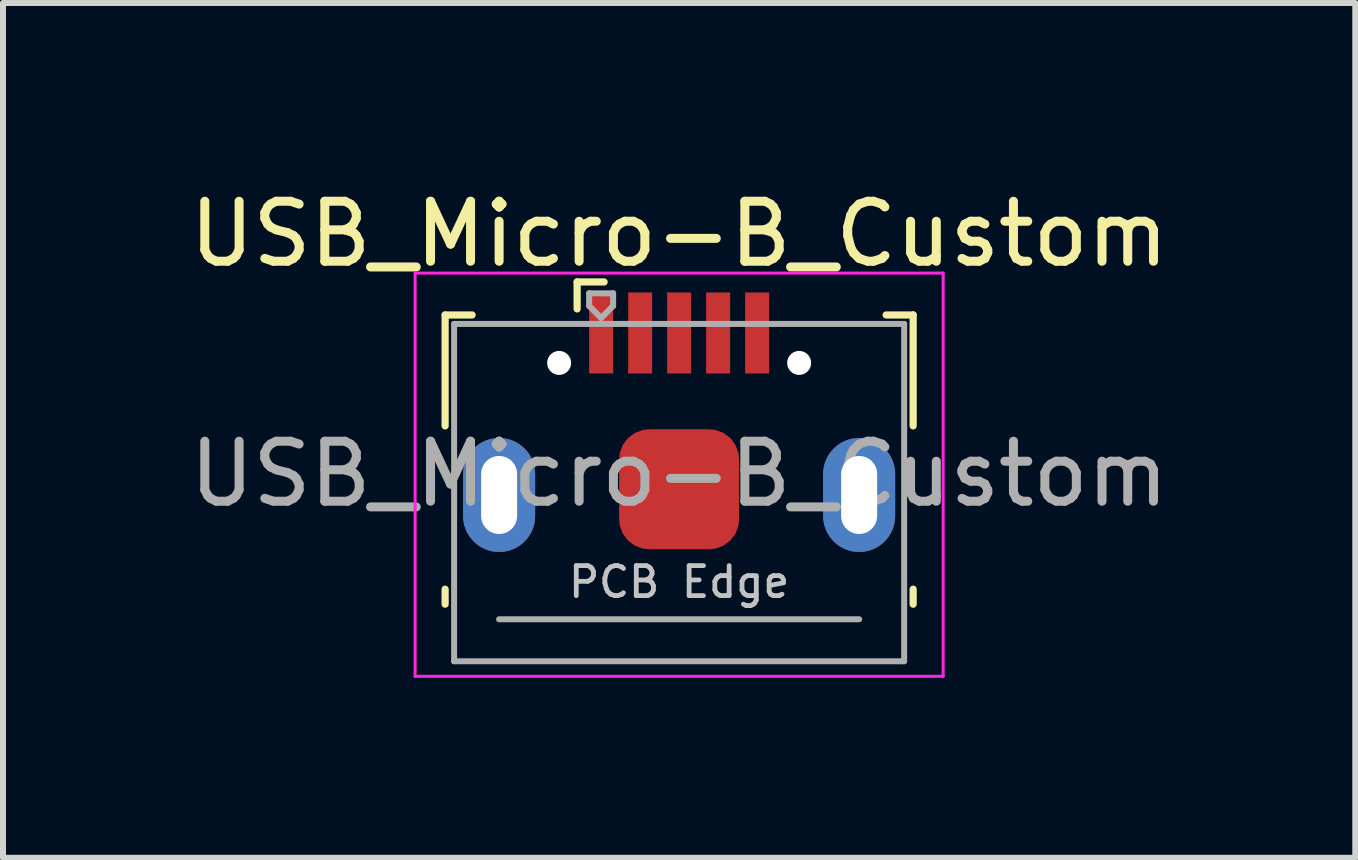
<source format=kicad_pcb>
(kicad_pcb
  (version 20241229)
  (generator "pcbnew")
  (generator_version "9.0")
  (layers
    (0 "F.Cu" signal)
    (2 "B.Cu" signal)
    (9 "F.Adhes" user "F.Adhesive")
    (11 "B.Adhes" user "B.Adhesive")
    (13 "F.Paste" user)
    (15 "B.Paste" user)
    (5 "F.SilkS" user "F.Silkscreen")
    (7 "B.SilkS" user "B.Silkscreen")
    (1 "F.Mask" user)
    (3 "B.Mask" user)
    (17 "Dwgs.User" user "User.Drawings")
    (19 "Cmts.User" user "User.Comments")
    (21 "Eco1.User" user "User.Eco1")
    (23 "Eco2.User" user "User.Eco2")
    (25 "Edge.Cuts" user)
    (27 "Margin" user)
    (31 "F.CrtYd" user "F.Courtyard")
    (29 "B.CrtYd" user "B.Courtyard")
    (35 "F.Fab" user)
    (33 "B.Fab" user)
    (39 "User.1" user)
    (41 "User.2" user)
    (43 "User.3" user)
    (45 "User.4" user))
  (footprint "USB_Micro-B_Custom"
    (layer "F.Cu")
    (at 8.268 3.961)
    (property "Reference" "USB_Micro-B_Custom" (at 0 -3.112 0) (layer "F.SilkS") (effects (font (size 1 1) (thickness 0.15))))
    (attr smd)
    (fp_line (start -3.9 -1.762) (end -3.45 -1.762) (stroke (width 0.12) (type solid)) (layer "F.SilkS"))
    (fp_line (start -3.9 0.087) (end -3.9 -1.762) (stroke (width 0.12) (type solid)) (layer "F.SilkS"))
    (fp_line (start -3.9 3.058) (end -3.9 2.808) (stroke (width 0.12) (type solid)) (layer "F.SilkS"))
    (fp_line (start -1.7 -2.312) (end -1.7 -1.863) (stroke (width 0.12) (type solid)) (layer "F.SilkS"))
    (fp_line (start -1.7 -2.312) (end -1.25 -2.312) (stroke (width 0.12) (type solid)) (layer "F.SilkS"))
    (fp_line (start 3.9 -1.762) (end 3.45 -1.762) (stroke (width 0.12) (type solid)) (layer "F.SilkS"))
    (fp_line (start 3.9 0.087) (end 3.9 -1.762) (stroke (width 0.12) (type solid)) (layer "F.SilkS"))
    (fp_line (start 3.9 3.058) (end 3.9 2.808) (stroke (width 0.12) (type solid)) (layer "F.SilkS"))
    (fp_line (start -4.4 -2.46) (end 4.4 -2.46) (stroke (width 0.05) (type solid)) (layer "F.CrtYd"))
    (fp_line (start -4.4 4.26) (end -4.4 -2.46) (stroke (width 0.05) (type solid)) (layer "F.CrtYd"))
    (fp_line (start -4.4 4.26) (end 4.4 4.26) (stroke (width 0.05) (type solid)) (layer "F.CrtYd"))
    (fp_line (start 4.4 -2.46) (end 4.4 4.26) (stroke (width 0.05) (type solid)) (layer "F.CrtYd"))
    (fp_line (start -3.75 -1.613) (end 3.75 -1.613) (stroke (width 0.1) (type solid)) (layer "F.Fab"))
    (fp_line (start -3.75 4.008) (end -3.75 -1.613) (stroke (width 0.1) (type solid)) (layer "F.Fab"))
    (fp_line (start -3.75 4.009) (end 3.75 4.009) (stroke (width 0.1) (type solid)) (layer "F.Fab"))
    (fp_line (start -3 3.309) (end 3 3.309) (stroke (width 0.1) (type solid)) (layer "F.Fab"))
    (fp_line (start -1.5 -2.123) (end -1.5 -1.913) (stroke (width 0.1) (type solid)) (layer "F.Fab"))
    (fp_line (start -1.5 -2.123) (end -1.1 -2.123) (stroke (width 0.1) (type solid)) (layer "F.Fab"))
    (fp_line (start -1.3 -1.712) (end -1.5 -1.913) (stroke (width 0.1) (type solid)) (layer "F.Fab"))
    (fp_line (start -1.1 -2.123) (end -1.1 -1.913) (stroke (width 0.1) (type solid)) (layer "F.Fab"))
    (fp_line (start -1.1 -1.913) (end -1.3 -1.712) (stroke (width 0.1) (type solid)) (layer "F.Fab"))
    (fp_line (start 3.75 4.008) (end 3.75 -1.613) (stroke (width 0.1) (type solid)) (layer "F.Fab"))
    (fp_text user "PCB Edge" (at 0 2.688 0) (layer "Dwgs.User") (effects (font (size 0.5 0.5) (thickness 0.08))))
    (fp_text user "${REFERENCE}" (at 0 0.887 0) (layer "F.Fab") (effects (font (size 1 1) (thickness 0.15))))
    (pad "" np_thru_hole circle (at -2 -0.963) (size 0.4 0.4) (drill 0.4) (layers "*.Cu" "*.Mask"))
    (pad "" np_thru_hole circle (at 2 -0.963 90) (size 0.4 0.4) (drill 0.4) (layers "*.Cu" "*.Mask"))
    (pad "1" smd rect (at -1.3 -1.462) (size 0.4 1.35) (layers "F.Cu" "F.Mask" "F.Paste"))
    (pad "2" smd rect (at -0.65 -1.462) (size 0.4 1.35) (layers "F.Cu" "F.Mask" "F.Paste"))
    (pad "3" smd rect (at 0 -1.462) (size 0.4 1.35) (layers "F.Cu" "F.Mask" "F.Paste"))
    (pad "4" smd rect (at 0.65 -1.462) (size 0.4 1.35) (layers "F.Cu" "F.Mask" "F.Paste"))
    (pad "5" smd rect (at 1.3 -1.462) (size 0.4 1.35) (layers "F.Cu" "F.Mask" "F.Paste"))
    (pad "SH" thru_hole oval (at -3 1.238 180) (size 1.2 1.9) (drill oval 0.6 1.3) (layers "*.Cu" "*.Mask"))
    (pad "SH" smd roundrect (at 0 1.143) (size 2 2) (layers "F.Cu" "F.Mask" "F.Paste") (roundrect_rratio 0.25))
    (pad "SH" thru_hole oval (at 3 1.238) (size 1.2 1.9) (drill oval 0.6 1.3) (layers "*.Cu" "*.Mask")))
  (gr_rect
    (start -3 -3)
    (end 19.536 11.246)
    (stroke (width 0.1) (type default))
    (fill no)
    (layer "Edge.Cuts")))
</source>
